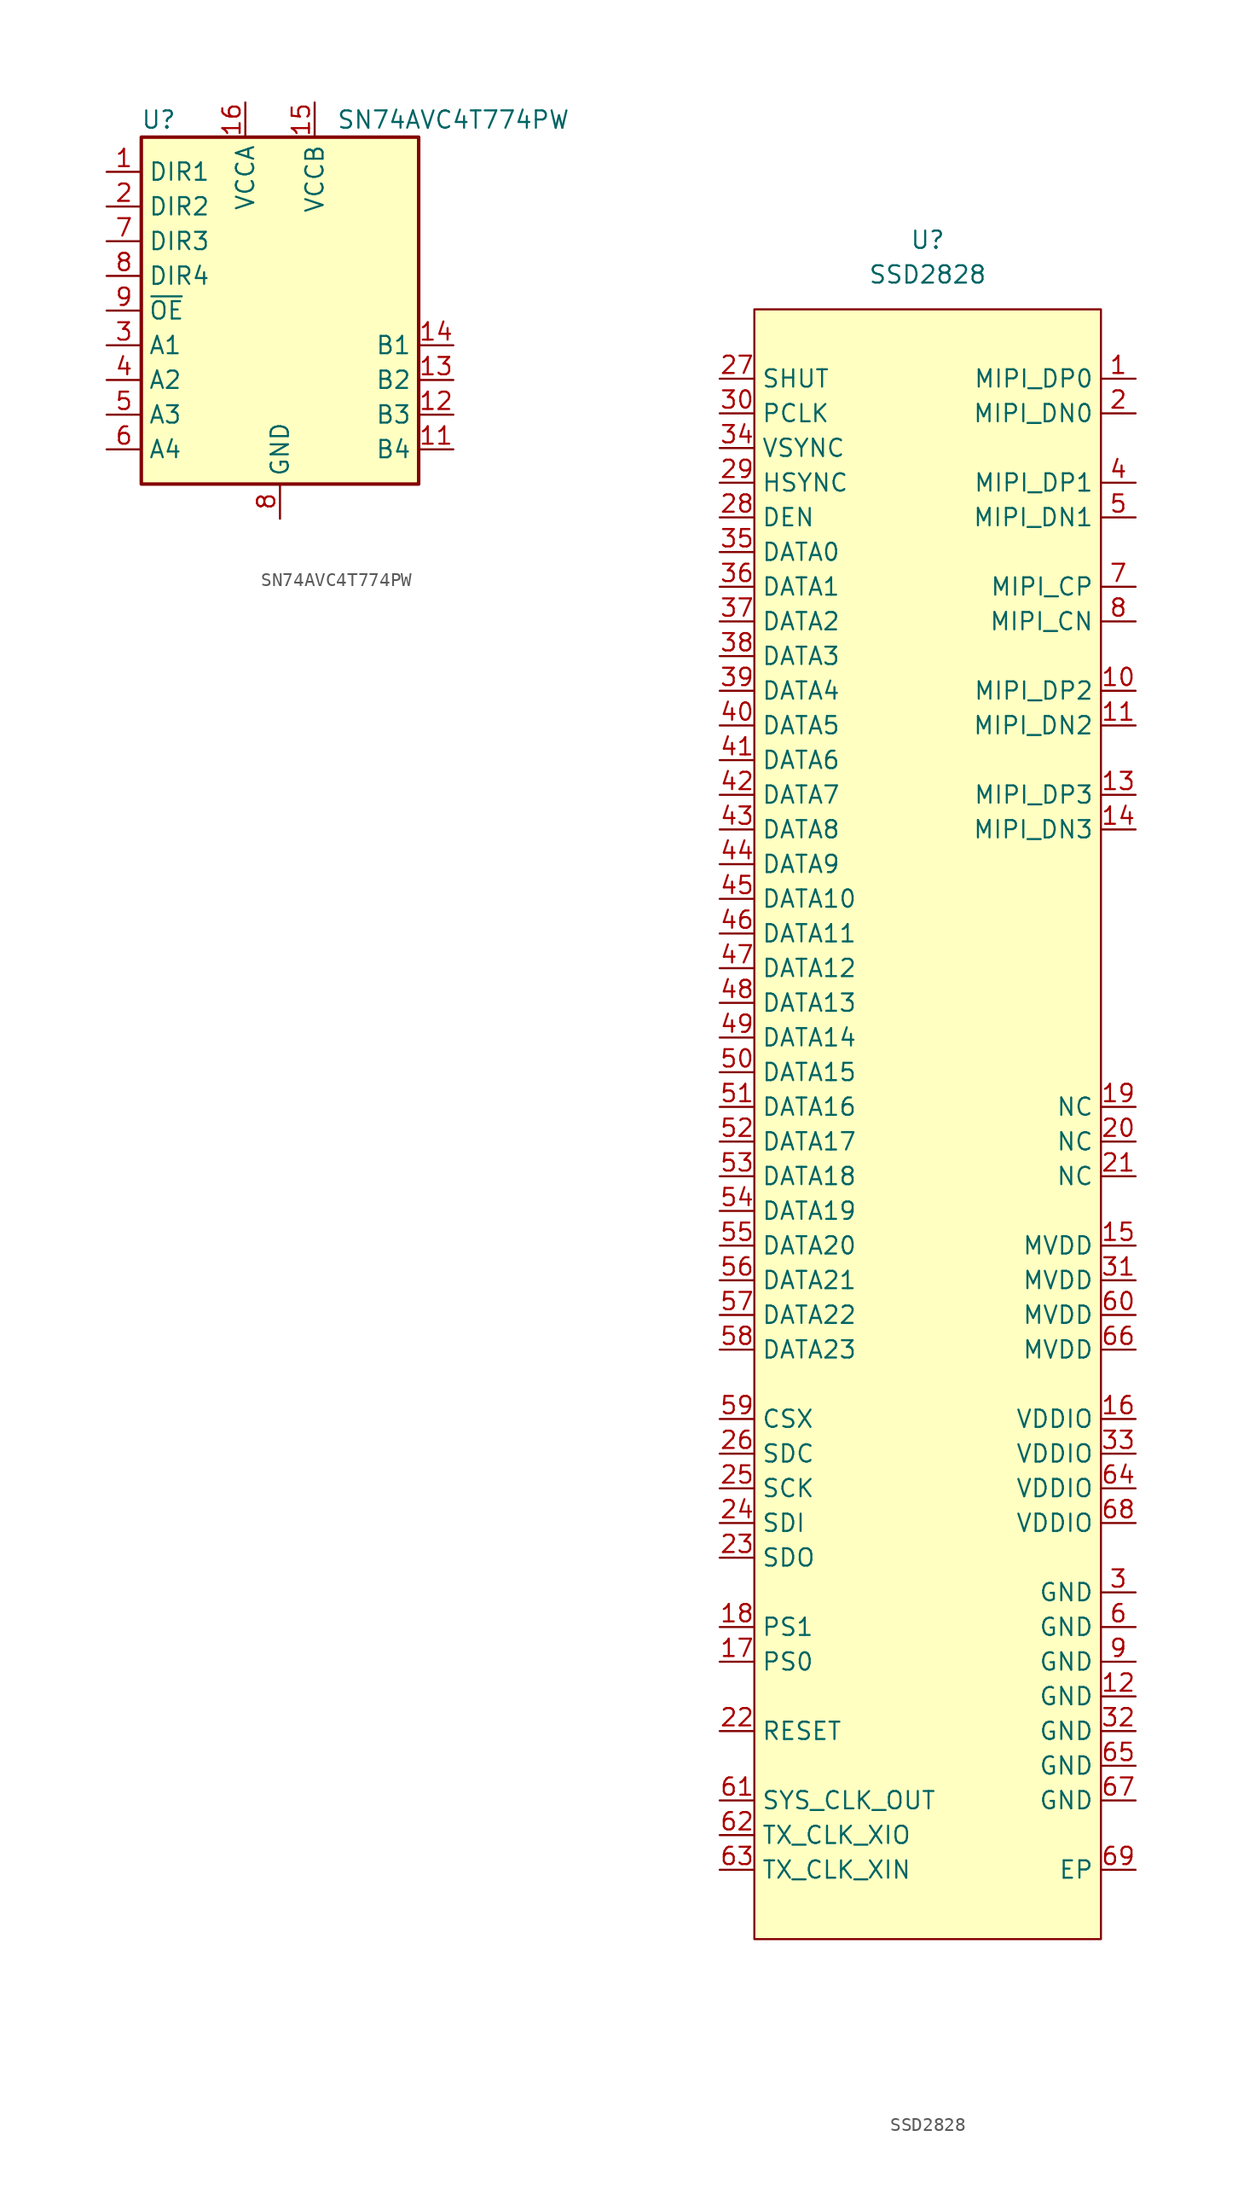
<source format=kicad_sym>
(kicad_symbol_lib
  (version 20211014)
  (generator kicad_symbol_editor)
  (symbol "SN74AVC4T774PW"
    (property "Reference" "U"
      (at -8.89 13.97 0)
      (effects (font (size 1.27 1.27))))
    (property "Value" "SN74AVC4T774PW"
      (at 12.7 13.97 0)
      (effects (font (size 1.27 1.27))))
    (symbol "SN74AVC4T774PW_0_1"
      (rectangle (start -10.16 12.7) (end 10.16 -12.7) (stroke (width 0.254) (type default) (color 0 0 0 0)) (fill (type background))))
    (symbol "SN74AVC4T774PW_1_1"
      (pin input line (at -12.7 10.16 0) (length 2.54) (name "DIR1" (effects (font (size 1.27 1.27)))) (number "1" (effects (font (size 1.27 1.27)))))
      (pin bidirectional line (at 12.7 -10.16 180) (length 2.54) (name "B4" (effects (font (size 1.27 1.27)))) (number "11" (effects (font (size 1.27 1.27)))))
      (pin bidirectional line (at 12.7 -7.62 180) (length 2.54) (name "B3" (effects (font (size 1.27 1.27)))) (number "12" (effects (font (size 1.27 1.27)))))
      (pin bidirectional line (at 12.7 -5.08 180) (length 2.54) (name "B2" (effects (font (size 1.27 1.27)))) (number "13" (effects (font (size 1.27 1.27)))))
      (pin bidirectional line (at 12.7 -2.54 180) (length 2.54) (name "B1" (effects (font (size 1.27 1.27)))) (number "14" (effects (font (size 1.27 1.27)))))
      (pin power_in line (at 2.54 15.24 270) (length 2.54) (name "VCCB" (effects (font (size 1.27 1.27)))) (number "15" (effects (font (size 1.27 1.27)))))
      (pin power_in line (at -2.54 15.24 270) (length 2.54) (name "VCCA" (effects (font (size 1.27 1.27)))) (number "16" (effects (font (size 1.27 1.27)))))
      (pin input line (at -12.7 7.62 0) (length 2.54) (name "DIR2" (effects (font (size 1.27 1.27)))) (number "2" (effects (font (size 1.27 1.27)))))
      (pin bidirectional line (at -12.7 -2.54 0) (length 2.54) (name "A1" (effects (font (size 1.27 1.27)))) (number "3" (effects (font (size 1.27 1.27)))))
      (pin bidirectional line (at -12.7 -5.08 0) (length 2.54) (name "A2" (effects (font (size 1.27 1.27)))) (number "4" (effects (font (size 1.27 1.27)))))
      (pin bidirectional line (at -12.7 -7.62 0) (length 2.54) (name "A3" (effects (font (size 1.27 1.27)))) (number "5" (effects (font (size 1.27 1.27)))))
      (pin bidirectional line (at -12.7 -10.16 0) (length 2.54) (name "A4" (effects (font (size 1.27 1.27)))) (number "6" (effects (font (size 1.27 1.27)))))
      (pin input line (at -12.7 5.08 0) (length 2.54) (name "DIR3" (effects (font (size 1.27 1.27)))) (number "7" (effects (font (size 1.27 1.27)))))
      (pin input line (at -12.7 2.54 0) (length 2.54) (name "DIR4" (effects (font (size 1.27 1.27)))) (number "8" (effects (font (size 1.27 1.27)))))
      (pin power_in line (at 0 -15.24 90) (length 2.54) (name "GND" (effects (font (size 1.27 1.27)))) (number "8" (effects (font (size 1.27 1.27)))))
      (pin passive line (at -12.7 0 0) (length 2.54) (name "~{OE}" (effects (font (size 1.27 1.27)))) (number "9" (effects (font (size 1.27 1.27)))))))
  (symbol "SSD2828"
    (property "Reference" "U"
      (at 0 0 0)
      (effects (font (size 1.27 1.27))))
    (property "Value" "SSD2828"
      (at 0 -2.54 0)
      (effects (font (size 1.27 1.27))))
    (symbol "SSD2828_0_1"
      (rectangle (start -12.7 -5.08) (end 12.7 -124.46) (stroke (width 0.152) (type default) (color 0 0 0 0)) (fill (type background))))
    (symbol "SSD2828_1_1"
      (pin input line (at 15.24 -10.16 180) (length 2.54) (name "MIPI_DP0" (effects (font (size 1.27 1.27)))) (number "1" (effects (font (size 1.27 1.27)))))
      (pin input line (at 15.24 -33.02 180) (length 2.54) (name "MIPI_DP2" (effects (font (size 1.27 1.27)))) (number "10" (effects (font (size 1.27 1.27)))))
      (pin input line (at 15.24 -35.56 180) (length 2.54) (name "MIPI_DN2" (effects (font (size 1.27 1.27)))) (number "11" (effects (font (size 1.27 1.27)))))
      (pin input line (at 15.24 -106.68 180) (length 2.54) (name "GND" (effects (font (size 1.27 1.27)))) (number "12" (effects (font (size 1.27 1.27)))))
      (pin input line (at 15.24 -40.64 180) (length 2.54) (name "MIPI_DP3" (effects (font (size 1.27 1.27)))) (number "13" (effects (font (size 1.27 1.27)))))
      (pin input line (at 15.24 -43.18 180) (length 2.54) (name "MIPI_DN3" (effects (font (size 1.27 1.27)))) (number "14" (effects (font (size 1.27 1.27)))))
      (pin input line (at 15.24 -73.66 180) (length 2.54) (name "MVDD" (effects (font (size 1.27 1.27)))) (number "15" (effects (font (size 1.27 1.27)))))
      (pin input line (at 15.24 -86.36 180) (length 2.54) (name "VDDIO" (effects (font (size 1.27 1.27)))) (number "16" (effects (font (size 1.27 1.27)))))
      (pin input line (at -15.24 -104.14 0) (length 2.54) (name "PS0" (effects (font (size 1.27 1.27)))) (number "17" (effects (font (size 1.27 1.27)))))
      (pin input line (at -15.24 -101.6 0) (length 2.54) (name "PS1" (effects (font (size 1.27 1.27)))) (number "18" (effects (font (size 1.27 1.27)))))
      (pin input line (at 15.24 -63.5 180) (length 2.54) (name "NC" (effects (font (size 1.27 1.27)))) (number "19" (effects (font (size 1.27 1.27)))))
      (pin input line (at 15.24 -12.7 180) (length 2.54) (name "MIPI_DN0" (effects (font (size 1.27 1.27)))) (number "2" (effects (font (size 1.27 1.27)))))
      (pin input line (at 15.24 -66.04 180) (length 2.54) (name "NC" (effects (font (size 1.27 1.27)))) (number "20" (effects (font (size 1.27 1.27)))))
      (pin input line (at 15.24 -68.58 180) (length 2.54) (name "NC" (effects (font (size 1.27 1.27)))) (number "21" (effects (font (size 1.27 1.27)))))
      (pin input line (at -15.24 -109.22 0) (length 2.54) (name "RESET" (effects (font (size 1.27 1.27)))) (number "22" (effects (font (size 1.27 1.27)))))
      (pin input line (at -15.24 -96.52 0) (length 2.54) (name "SDO" (effects (font (size 1.27 1.27)))) (number "23" (effects (font (size 1.27 1.27)))))
      (pin input line (at -15.24 -93.98 0) (length 2.54) (name "SDI" (effects (font (size 1.27 1.27)))) (number "24" (effects (font (size 1.27 1.27)))))
      (pin input line (at -15.24 -91.44 0) (length 2.54) (name "SCK" (effects (font (size 1.27 1.27)))) (number "25" (effects (font (size 1.27 1.27)))))
      (pin input line (at -15.24 -88.9 0) (length 2.54) (name "SDC" (effects (font (size 1.27 1.27)))) (number "26" (effects (font (size 1.27 1.27)))))
      (pin input line (at -15.24 -10.16 0) (length 2.54) (name "SHUT" (effects (font (size 1.27 1.27)))) (number "27" (effects (font (size 1.27 1.27)))))
      (pin input line (at -15.24 -20.32 0) (length 2.54) (name "DEN" (effects (font (size 1.27 1.27)))) (number "28" (effects (font (size 1.27 1.27)))))
      (pin input line (at -15.24 -17.78 0) (length 2.54) (name "HSYNC" (effects (font (size 1.27 1.27)))) (number "29" (effects (font (size 1.27 1.27)))))
      (pin input line (at 15.24 -99.06 180) (length 2.54) (name "GND" (effects (font (size 1.27 1.27)))) (number "3" (effects (font (size 1.27 1.27)))))
      (pin input line (at -15.24 -12.7 0) (length 2.54) (name "PCLK" (effects (font (size 1.27 1.27)))) (number "30" (effects (font (size 1.27 1.27)))))
      (pin input line (at 15.24 -76.2 180) (length 2.54) (name "MVDD" (effects (font (size 1.27 1.27)))) (number "31" (effects (font (size 1.27 1.27)))))
      (pin input line (at 15.24 -109.22 180) (length 2.54) (name "GND" (effects (font (size 1.27 1.27)))) (number "32" (effects (font (size 1.27 1.27)))))
      (pin input line (at 15.24 -88.9 180) (length 2.54) (name "VDDIO" (effects (font (size 1.27 1.27)))) (number "33" (effects (font (size 1.27 1.27)))))
      (pin input line (at -15.24 -15.24 0) (length 2.54) (name "VSYNC" (effects (font (size 1.27 1.27)))) (number "34" (effects (font (size 1.27 1.27)))))
      (pin input line (at -15.24 -22.86 0) (length 2.54) (name "DATA0" (effects (font (size 1.27 1.27)))) (number "35" (effects (font (size 1.27 1.27)))))
      (pin input line (at -15.24 -25.4 0) (length 2.54) (name "DATA1" (effects (font (size 1.27 1.27)))) (number "36" (effects (font (size 1.27 1.27)))))
      (pin input line (at -15.24 -27.94 0) (length 2.54) (name "DATA2" (effects (font (size 1.27 1.27)))) (number "37" (effects (font (size 1.27 1.27)))))
      (pin input line (at -15.24 -30.48 0) (length 2.54) (name "DATA3" (effects (font (size 1.27 1.27)))) (number "38" (effects (font (size 1.27 1.27)))))
      (pin input line (at -15.24 -33.02 0) (length 2.54) (name "DATA4" (effects (font (size 1.27 1.27)))) (number "39" (effects (font (size 1.27 1.27)))))
      (pin input line (at 15.24 -17.78 180) (length 2.54) (name "MIPI_DP1" (effects (font (size 1.27 1.27)))) (number "4" (effects (font (size 1.27 1.27)))))
      (pin input line (at -15.24 -35.56 0) (length 2.54) (name "DATA5" (effects (font (size 1.27 1.27)))) (number "40" (effects (font (size 1.27 1.27)))))
      (pin input line (at -15.24 -38.1 0) (length 2.54) (name "DATA6" (effects (font (size 1.27 1.27)))) (number "41" (effects (font (size 1.27 1.27)))))
      (pin input line (at -15.24 -40.64 0) (length 2.54) (name "DATA7" (effects (font (size 1.27 1.27)))) (number "42" (effects (font (size 1.27 1.27)))))
      (pin input line (at -15.24 -43.18 0) (length 2.54) (name "DATA8" (effects (font (size 1.27 1.27)))) (number "43" (effects (font (size 1.27 1.27)))))
      (pin input line (at -15.24 -45.72 0) (length 2.54) (name "DATA9" (effects (font (size 1.27 1.27)))) (number "44" (effects (font (size 1.27 1.27)))))
      (pin input line (at -15.24 -48.26 0) (length 2.54) (name "DATA10" (effects (font (size 1.27 1.27)))) (number "45" (effects (font (size 1.27 1.27)))))
      (pin input line (at -15.24 -50.8 0) (length 2.54) (name "DATA11" (effects (font (size 1.27 1.27)))) (number "46" (effects (font (size 1.27 1.27)))))
      (pin input line (at -15.24 -53.34 0) (length 2.54) (name "DATA12" (effects (font (size 1.27 1.27)))) (number "47" (effects (font (size 1.27 1.27)))))
      (pin input line (at -15.24 -55.88 0) (length 2.54) (name "DATA13" (effects (font (size 1.27 1.27)))) (number "48" (effects (font (size 1.27 1.27)))))
      (pin input line (at -15.24 -58.42 0) (length 2.54) (name "DATA14" (effects (font (size 1.27 1.27)))) (number "49" (effects (font (size 1.27 1.27)))))
      (pin input line (at 15.24 -20.32 180) (length 2.54) (name "MIPI_DN1" (effects (font (size 1.27 1.27)))) (number "5" (effects (font (size 1.27 1.27)))))
      (pin input line (at -15.24 -60.96 0) (length 2.54) (name "DATA15" (effects (font (size 1.27 1.27)))) (number "50" (effects (font (size 1.27 1.27)))))
      (pin input line (at -15.24 -63.5 0) (length 2.54) (name "DATA16" (effects (font (size 1.27 1.27)))) (number "51" (effects (font (size 1.27 1.27)))))
      (pin input line (at -15.24 -66.04 0) (length 2.54) (name "DATA17" (effects (font (size 1.27 1.27)))) (number "52" (effects (font (size 1.27 1.27)))))
      (pin input line (at -15.24 -68.58 0) (length 2.54) (name "DATA18" (effects (font (size 1.27 1.27)))) (number "53" (effects (font (size 1.27 1.27)))))
      (pin input line (at -15.24 -71.12 0) (length 2.54) (name "DATA19" (effects (font (size 1.27 1.27)))) (number "54" (effects (font (size 1.27 1.27)))))
      (pin input line (at -15.24 -73.66 0) (length 2.54) (name "DATA20" (effects (font (size 1.27 1.27)))) (number "55" (effects (font (size 1.27 1.27)))))
      (pin input line (at -15.24 -76.2 0) (length 2.54) (name "DATA21" (effects (font (size 1.27 1.27)))) (number "56" (effects (font (size 1.27 1.27)))))
      (pin input line (at -15.24 -78.74 0) (length 2.54) (name "DATA22" (effects (font (size 1.27 1.27)))) (number "57" (effects (font (size 1.27 1.27)))))
      (pin input line (at -15.24 -81.28 0) (length 2.54) (name "DATA23" (effects (font (size 1.27 1.27)))) (number "58" (effects (font (size 1.27 1.27)))))
      (pin input line (at -15.24 -86.36 0) (length 2.54) (name "CSX" (effects (font (size 1.27 1.27)))) (number "59" (effects (font (size 1.27 1.27)))))
      (pin input line (at 15.24 -101.6 180) (length 2.54) (name "GND" (effects (font (size 1.27 1.27)))) (number "6" (effects (font (size 1.27 1.27)))))
      (pin input line (at 15.24 -78.74 180) (length 2.54) (name "MVDD" (effects (font (size 1.27 1.27)))) (number "60" (effects (font (size 1.27 1.27)))))
      (pin input line (at -15.24 -114.3 0) (length 2.54) (name "SYS_CLK_OUT" (effects (font (size 1.27 1.27)))) (number "61" (effects (font (size 1.27 1.27)))))
      (pin input line (at -15.24 -116.84 0) (length 2.54) (name "TX_CLK_XIO" (effects (font (size 1.27 1.27)))) (number "62" (effects (font (size 1.27 1.27)))))
      (pin input line (at -15.24 -119.38 0) (length 2.54) (name "TX_CLK_XIN" (effects (font (size 1.27 1.27)))) (number "63" (effects (font (size 1.27 1.27)))))
      (pin input line (at 15.24 -91.44 180) (length 2.54) (name "VDDIO" (effects (font (size 1.27 1.27)))) (number "64" (effects (font (size 1.27 1.27)))))
      (pin input line (at 15.24 -111.76 180) (length 2.54) (name "GND" (effects (font (size 1.27 1.27)))) (number "65" (effects (font (size 1.27 1.27)))))
      (pin input line (at 15.24 -81.28 180) (length 2.54) (name "MVDD" (effects (font (size 1.27 1.27)))) (number "66" (effects (font (size 1.27 1.27)))))
      (pin input line (at 15.24 -114.3 180) (length 2.54) (name "GND" (effects (font (size 1.27 1.27)))) (number "67" (effects (font (size 1.27 1.27)))))
      (pin input line (at 15.24 -93.98 180) (length 2.54) (name "VDDIO" (effects (font (size 1.27 1.27)))) (number "68" (effects (font (size 1.27 1.27)))))
      (pin input line (at 15.24 -119.38 180) (length 2.54) (name "EP" (effects (font (size 1.27 1.27)))) (number "69" (effects (font (size 1.27 1.27)))))
      (pin input line (at 15.24 -25.4 180) (length 2.54) (name "MIPI_CP" (effects (font (size 1.27 1.27)))) (number "7" (effects (font (size 1.27 1.27)))))
      (pin input line (at 15.24 -27.94 180) (length 2.54) (name "MIPI_CN" (effects (font (size 1.27 1.27)))) (number "8" (effects (font (size 1.27 1.27)))))
      (pin input line (at 15.24 -104.14 180) (length 2.54) (name "GND" (effects (font (size 1.27 1.27)))) (number "9" (effects (font (size 1.27 1.27))))))))
</source>
